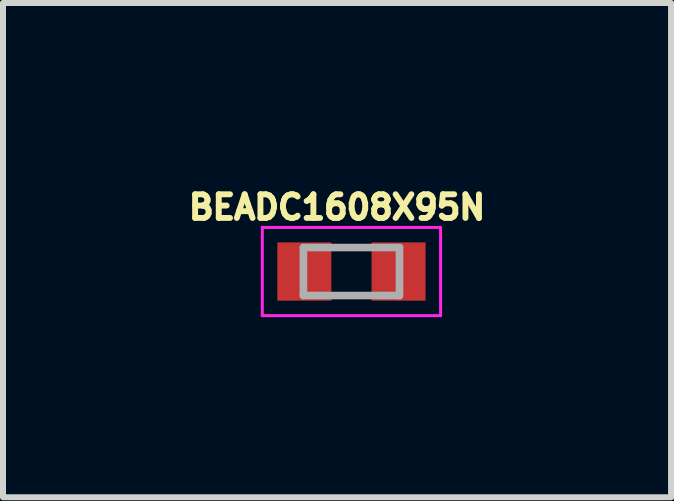
<source format=kicad_pcb>
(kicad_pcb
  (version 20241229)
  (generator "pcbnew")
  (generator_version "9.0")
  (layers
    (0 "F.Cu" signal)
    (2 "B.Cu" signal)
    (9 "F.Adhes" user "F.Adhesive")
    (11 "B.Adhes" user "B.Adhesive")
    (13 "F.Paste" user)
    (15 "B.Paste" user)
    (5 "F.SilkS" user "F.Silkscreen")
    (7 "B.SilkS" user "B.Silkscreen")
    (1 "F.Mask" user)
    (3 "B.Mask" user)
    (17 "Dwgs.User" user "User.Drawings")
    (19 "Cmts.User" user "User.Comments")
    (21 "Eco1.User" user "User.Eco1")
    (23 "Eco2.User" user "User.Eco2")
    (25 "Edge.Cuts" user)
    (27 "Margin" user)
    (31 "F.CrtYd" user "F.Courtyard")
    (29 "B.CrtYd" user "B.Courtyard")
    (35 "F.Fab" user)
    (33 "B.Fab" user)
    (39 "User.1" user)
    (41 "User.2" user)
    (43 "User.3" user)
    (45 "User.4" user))
  (footprint "BEADC1608X95N"
    (layer "F.Cu")
    (at 2.804 1.473)
    (property "Reference" "BEADC1608X95N" (at -0.24 -1.07 0) (layer "F.SilkS") (effects (font (size 0.394 0.394) (thickness 0.15))))
    (attr smd)
    (fp_line (start -1.485 -0.735) (end 1.485 -0.735) (stroke (width 0.05) (type solid)) (layer "F.CrtYd"))
    (fp_line (start -1.485 0.735) (end -1.485 -0.735) (stroke (width 0.05) (type solid)) (layer "F.CrtYd"))
    (fp_line (start -1.485 0.735) (end 1.485 0.735) (stroke (width 0.05) (type solid)) (layer "F.CrtYd"))
    (fp_line (start 1.485 0.735) (end 1.485 -0.735) (stroke (width 0.05) (type solid)) (layer "F.CrtYd"))
    (fp_line (start -0.8 0.4) (end -0.8 -0.4) (stroke (width 0.127) (type solid)) (layer "F.Fab"))
    (fp_line (start 0.8 -0.4) (end -0.8 -0.4) (stroke (width 0.127) (type solid)) (layer "F.Fab"))
    (fp_line (start 0.8 0.4) (end -0.8 0.4) (stroke (width 0.127) (type solid)) (layer "F.Fab"))
    (fp_line (start 0.8 0.4) (end 0.8 -0.4) (stroke (width 0.127) (type solid)) (layer "F.Fab"))
    (pad "1" smd rect (at -0.785 0) (size 0.9 0.97) (layers "F.Cu" "F.Mask" "F.Paste"))
    (pad "2" smd rect (at 0.785 0) (size 0.9 0.97) (layers "F.Cu" "F.Mask" "F.Paste")))
  (gr_rect
    (start -3 -3)
    (end 8.128 5.233)
    (stroke (width 0.1) (type default))
    (fill no)
    (layer "Edge.Cuts")))
</source>
